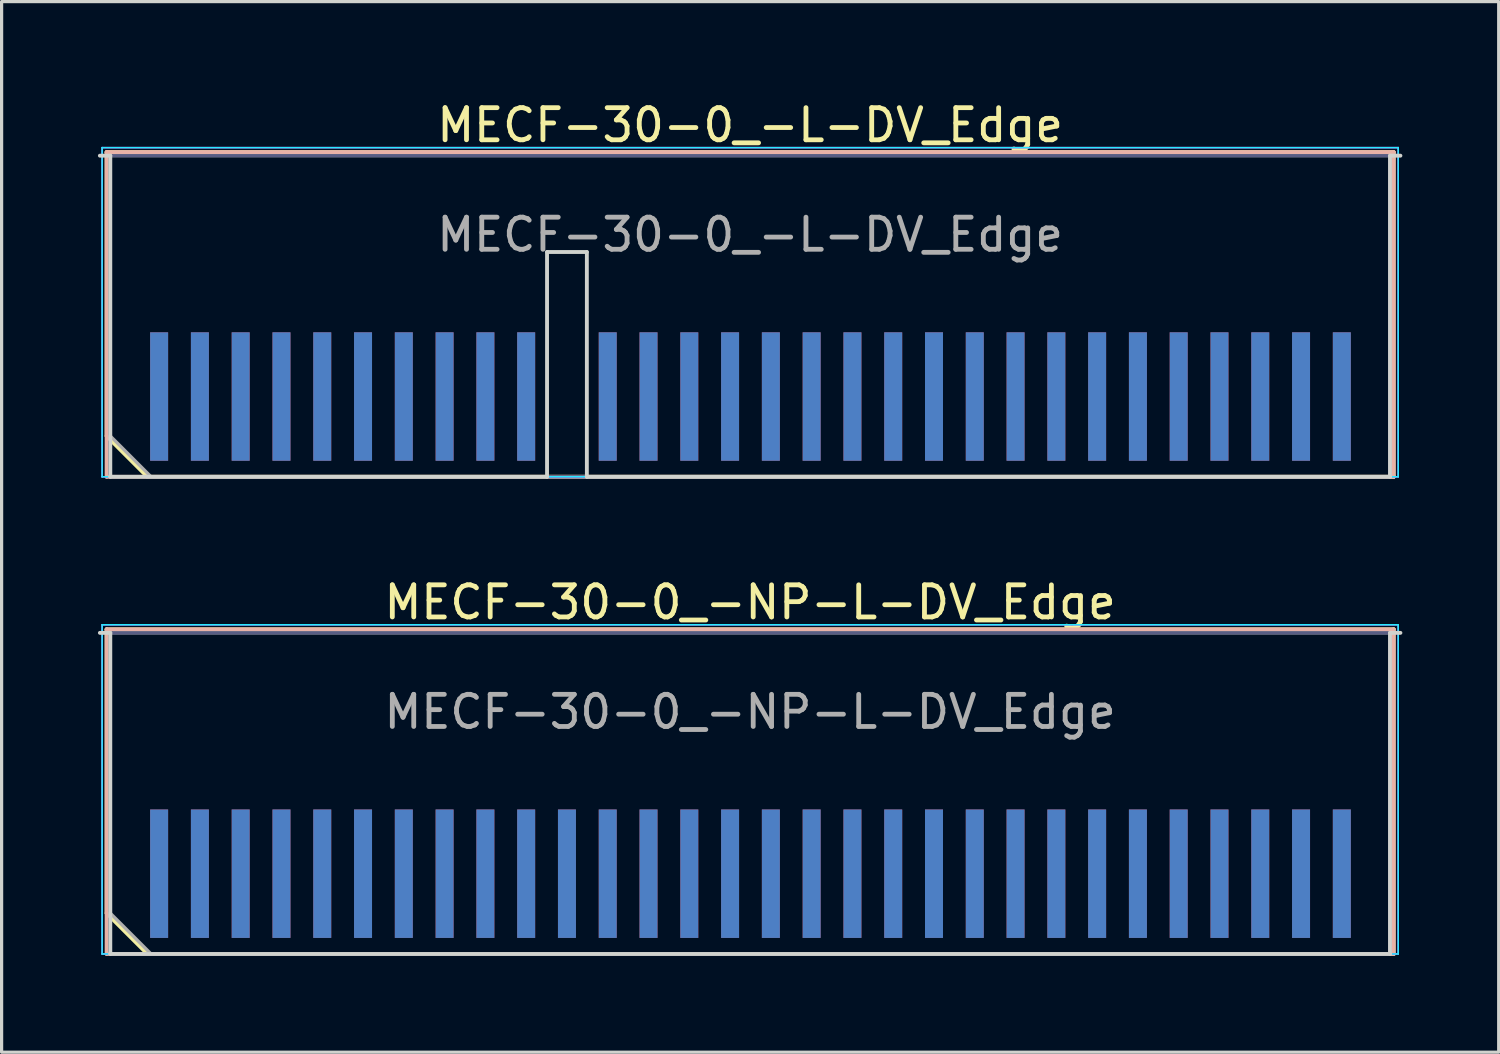
<source format=kicad_pcb>
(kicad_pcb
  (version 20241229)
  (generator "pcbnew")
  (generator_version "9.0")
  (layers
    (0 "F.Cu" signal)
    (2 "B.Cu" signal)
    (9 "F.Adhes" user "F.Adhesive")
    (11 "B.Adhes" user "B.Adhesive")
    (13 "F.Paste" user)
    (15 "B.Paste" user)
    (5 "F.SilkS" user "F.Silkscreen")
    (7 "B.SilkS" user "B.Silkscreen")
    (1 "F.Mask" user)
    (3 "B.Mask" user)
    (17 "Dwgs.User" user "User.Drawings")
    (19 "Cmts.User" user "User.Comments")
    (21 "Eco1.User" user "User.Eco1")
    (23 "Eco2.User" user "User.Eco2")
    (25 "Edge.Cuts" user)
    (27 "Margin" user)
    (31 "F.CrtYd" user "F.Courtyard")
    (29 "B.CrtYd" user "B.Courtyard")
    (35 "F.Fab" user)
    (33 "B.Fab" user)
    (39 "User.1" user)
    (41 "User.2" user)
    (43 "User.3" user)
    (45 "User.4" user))
  (footprint "MECF-30-0_-L-DV_Edge"
    (layer "F.Cu")
    (at 20.31 6.798)
    (property "Reference" "MECF-30-0_-L-DV_Edge" (at 0 -5.95 0) (layer "F.SilkS") (effects (font (size 1 1) (thickness 0.15))))
    (attr exclude_from_pos_files exclude_from_bom)
    (fp_line (start -20.04 -5.11) (end 20.04 -5.11) (stroke (width 0.12) (type solid)) (layer "F.SilkS"))
    (fp_line (start -20.04 3.73) (end -20.04 -5.11) (stroke (width 0.12) (type solid)) (layer "F.SilkS"))
    (fp_line (start -18.77 5) (end -20.04 3.73) (stroke (width 0.12) (type solid)) (layer "F.SilkS"))
    (fp_line (start -18.77 5) (end 20.04 5) (stroke (width 0.12) (type solid)) (layer "F.SilkS"))
    (fp_line (start 20.04 5) (end 20.04 -5.11) (stroke (width 0.12) (type solid)) (layer "F.SilkS"))
    (fp_line (start -20.04 -5.11) (end 20.04 -5.11) (stroke (width 0.12) (type solid)) (layer "B.SilkS"))
    (fp_line (start -20.04 5) (end -20.04 -5.11) (stroke (width 0.12) (type solid)) (layer "B.SilkS"))
    (fp_line (start -20.04 5) (end 20.04 5) (stroke (width 0.12) (type solid)) (layer "B.SilkS"))
    (fp_line (start 20.04 5) (end 20.04 -5.11) (stroke (width 0.12) (type solid)) (layer "B.SilkS"))
    (fp_line (start -20.25 -5) (end -19.925 -5) (stroke (width 0.12) (type solid)) (layer "Edge.Cuts"))
    (fp_line (start -19.925 5) (end -19.925 -5) (stroke (width 0.12) (type solid)) (layer "Edge.Cuts"))
    (fp_line (start -19.925 5) (end -6.325 5) (stroke (width 0.12) (type solid)) (layer "Edge.Cuts"))
    (fp_line (start -6.325 -2) (end -5.085 -2) (stroke (width 0.12) (type solid)) (layer "Edge.Cuts"))
    (fp_line (start -6.325 5) (end -6.325 -2) (stroke (width 0.12) (type solid)) (layer "Edge.Cuts"))
    (fp_line (start -5.085 5) (end -5.085 -2) (stroke (width 0.12) (type solid)) (layer "Edge.Cuts"))
    (fp_line (start -5.085 5) (end 19.925 5) (stroke (width 0.12) (type solid)) (layer "Edge.Cuts"))
    (fp_line (start 19.925 5) (end 19.925 -5) (stroke (width 0.12) (type solid)) (layer "Edge.Cuts"))
    (fp_line (start 20.25 -5) (end 19.925 -5) (stroke (width 0.12) (type solid)) (layer "Edge.Cuts"))
    (fp_line (start -20.18 -5.25) (end -20.18 5) (stroke (width 0.05) (type solid)) (layer "B.CrtYd"))
    (fp_line (start -20.18 5) (end 20.18 5) (stroke (width 0.05) (type solid)) (layer "B.CrtYd"))
    (fp_line (start 20.18 -5.25) (end -20.18 -5.25) (stroke (width 0.05) (type solid)) (layer "B.CrtYd"))
    (fp_line (start 20.18 5) (end 20.18 -5.25) (stroke (width 0.05) (type solid)) (layer "B.CrtYd"))
    (fp_line (start -20.18 -5.25) (end -20.18 5) (stroke (width 0.05) (type solid)) (layer "F.CrtYd"))
    (fp_line (start -20.18 5) (end 20.18 5) (stroke (width 0.05) (type solid)) (layer "F.CrtYd"))
    (fp_line (start 20.18 -5.25) (end -20.18 -5.25) (stroke (width 0.05) (type solid)) (layer "F.CrtYd"))
    (fp_line (start 20.18 5) (end 20.18 -5.25) (stroke (width 0.05) (type solid)) (layer "F.CrtYd"))
    (fp_line (start -19.925 -5) (end 19.925 -5) (stroke (width 0.1) (type solid)) (layer "B.Fab"))
    (fp_line (start -19.925 5) (end -19.925 -5) (stroke (width 0.1) (type solid)) (layer "B.Fab"))
    (fp_line (start -19.925 5) (end 19.925 5) (stroke (width 0.1) (type solid)) (layer "B.Fab"))
    (fp_line (start 19.925 5) (end 19.925 -5) (stroke (width 0.1) (type solid)) (layer "B.Fab"))
    (fp_line (start -19.925 -5) (end 19.925 -5) (stroke (width 0.1) (type solid)) (layer "F.Fab"))
    (fp_line (start -19.925 3.73) (end -19.925 -5) (stroke (width 0.1) (type solid)) (layer "F.Fab"))
    (fp_line (start -19.925 3.73) (end -18.655 5) (stroke (width 0.1) (type solid)) (layer "F.Fab"))
    (fp_line (start -18.655 5) (end 19.925 5) (stroke (width 0.1) (type solid)) (layer "F.Fab"))
    (fp_line (start 19.925 5) (end 19.925 -5) (stroke (width 0.1) (type solid)) (layer "F.Fab"))
    (fp_text user "${REFERENCE}" (at 0 -2.54 0) (layer "F.Fab") (effects (font (size 1 1) (thickness 0.15))))
    (pad "1" smd rect (at -18.405 2.5) (size 0.56 4) (layers "F.Cu" "F.Mask" "F.Paste"))
    (pad "2" smd rect (at -18.405 2.5) (size 0.56 4) (layers "B.Cu" "B.Mask" "B.Paste"))
    (pad "3" smd rect (at -17.135 2.5) (size 0.56 4) (layers "F.Cu" "F.Mask" "F.Paste"))
    (pad "4" smd rect (at -17.135 2.5) (size 0.56 4) (layers "B.Cu" "B.Mask" "B.Paste"))
    (pad "5" smd rect (at -15.865 2.5) (size 0.56 4) (layers "F.Cu" "F.Mask" "F.Paste"))
    (pad "6" smd rect (at -15.865 2.5) (size 0.56 4) (layers "B.Cu" "B.Mask" "B.Paste"))
    (pad "7" smd rect (at -14.595 2.5) (size 0.56 4) (layers "F.Cu" "F.Mask" "F.Paste"))
    (pad "8" smd rect (at -14.595 2.5) (size 0.56 4) (layers "B.Cu" "B.Mask" "B.Paste"))
    (pad "9" smd rect (at -13.325 2.5) (size 0.56 4) (layers "F.Cu" "F.Mask" "F.Paste"))
    (pad "10" smd rect (at -13.325 2.5) (size 0.56 4) (layers "B.Cu" "B.Mask" "B.Paste"))
    (pad "11" smd rect (at -12.055 2.5) (size 0.56 4) (layers "F.Cu" "F.Mask" "F.Paste"))
    (pad "12" smd rect (at -12.055 2.5) (size 0.56 4) (layers "B.Cu" "B.Mask" "B.Paste"))
    (pad "13" smd rect (at -10.785 2.5) (size 0.56 4) (layers "F.Cu" "F.Mask" "F.Paste"))
    (pad "14" smd rect (at -10.785 2.5) (size 0.56 4) (layers "B.Cu" "B.Mask" "B.Paste"))
    (pad "15" smd rect (at -9.515 2.5) (size 0.56 4) (layers "F.Cu" "F.Mask" "F.Paste"))
    (pad "16" smd rect (at -9.515 2.5) (size 0.56 4) (layers "B.Cu" "B.Mask" "B.Paste"))
    (pad "17" smd rect (at -8.245 2.5) (size 0.56 4) (layers "F.Cu" "F.Mask" "F.Paste"))
    (pad "18" smd rect (at -8.245 2.5) (size 0.56 4) (layers "B.Cu" "B.Mask" "B.Paste"))
    (pad "19" smd rect (at -6.975 2.5) (size 0.56 4) (layers "F.Cu" "F.Mask" "F.Paste"))
    (pad "20" smd rect (at -6.975 2.5) (size 0.56 4) (layers "B.Cu" "B.Mask" "B.Paste"))
    (pad "23" smd rect (at -4.435 2.5) (size 0.56 4) (layers "F.Cu" "F.Mask" "F.Paste"))
    (pad "24" smd rect (at -4.435 2.5) (size 0.56 4) (layers "B.Cu" "B.Mask" "B.Paste"))
    (pad "25" smd rect (at -3.165 2.5) (size 0.56 4) (layers "F.Cu" "F.Mask" "F.Paste"))
    (pad "26" smd rect (at -3.165 2.5) (size 0.56 4) (layers "B.Cu" "B.Mask" "B.Paste"))
    (pad "27" smd rect (at -1.895 2.5) (size 0.56 4) (layers "F.Cu" "F.Mask" "F.Paste"))
    (pad "28" smd rect (at -1.895 2.5) (size 0.56 4) (layers "B.Cu" "B.Mask" "B.Paste"))
    (pad "29" smd rect (at -0.625 2.5) (size 0.56 4) (layers "F.Cu" "F.Mask" "F.Paste"))
    (pad "30" smd rect (at -0.625 2.5) (size 0.56 4) (layers "B.Cu" "B.Mask" "B.Paste"))
    (pad "31" smd rect (at 0.645 2.5) (size 0.56 4) (layers "F.Cu" "F.Mask" "F.Paste"))
    (pad "32" smd rect (at 0.645 2.5) (size 0.56 4) (layers "B.Cu" "B.Mask" "B.Paste"))
    (pad "33" smd rect (at 1.915 2.5) (size 0.56 4) (layers "F.Cu" "F.Mask" "F.Paste"))
    (pad "34" smd rect (at 1.915 2.5) (size 0.56 4) (layers "B.Cu" "B.Mask" "B.Paste"))
    (pad "35" smd rect (at 3.185 2.5) (size 0.56 4) (layers "F.Cu" "F.Mask" "F.Paste"))
    (pad "36" smd rect (at 3.185 2.5) (size 0.56 4) (layers "B.Cu" "B.Mask" "B.Paste"))
    (pad "37" smd rect (at 4.455 2.5) (size 0.56 4) (layers "F.Cu" "F.Mask" "F.Paste"))
    (pad "38" smd rect (at 4.455 2.5) (size 0.56 4) (layers "B.Cu" "B.Mask" "B.Paste"))
    (pad "39" smd rect (at 5.725 2.5) (size 0.56 4) (layers "F.Cu" "F.Mask" "F.Paste"))
    (pad "40" smd rect (at 5.725 2.5) (size 0.56 4) (layers "B.Cu" "B.Mask" "B.Paste"))
    (pad "41" smd rect (at 6.995 2.5) (size 0.56 4) (layers "F.Cu" "F.Mask" "F.Paste"))
    (pad "42" smd rect (at 6.995 2.5) (size 0.56 4) (layers "B.Cu" "B.Mask" "B.Paste"))
    (pad "43" smd rect (at 8.265 2.5) (size 0.56 4) (layers "F.Cu" "F.Mask" "F.Paste"))
    (pad "44" smd rect (at 8.265 2.5) (size 0.56 4) (layers "B.Cu" "B.Mask" "B.Paste"))
    (pad "45" smd rect (at 9.535 2.5) (size 0.56 4) (layers "F.Cu" "F.Mask" "F.Paste"))
    (pad "46" smd rect (at 9.535 2.5) (size 0.56 4) (layers "B.Cu" "B.Mask" "B.Paste"))
    (pad "47" smd rect (at 10.805 2.5) (size 0.56 4) (layers "F.Cu" "F.Mask" "F.Paste"))
    (pad "48" smd rect (at 10.805 2.5) (size 0.56 4) (layers "B.Cu" "B.Mask" "B.Paste"))
    (pad "49" smd rect (at 12.075 2.5) (size 0.56 4) (layers "F.Cu" "F.Mask" "F.Paste"))
    (pad "50" smd rect (at 12.075 2.5) (size 0.56 4) (layers "B.Cu" "B.Mask" "B.Paste"))
    (pad "51" smd rect (at 13.345 2.5) (size 0.56 4) (layers "F.Cu" "F.Mask" "F.Paste"))
    (pad "52" smd rect (at 13.345 2.5) (size 0.56 4) (layers "B.Cu" "B.Mask" "B.Paste"))
    (pad "53" smd rect (at 14.615 2.5) (size 0.56 4) (layers "F.Cu" "F.Mask" "F.Paste"))
    (pad "54" smd rect (at 14.615 2.5) (size 0.56 4) (layers "B.Cu" "B.Mask" "B.Paste"))
    (pad "55" smd rect (at 15.885 2.5) (size 0.56 4) (layers "F.Cu" "F.Mask" "F.Paste"))
    (pad "56" smd rect (at 15.885 2.5) (size 0.56 4) (layers "B.Cu" "B.Mask" "B.Paste"))
    (pad "57" smd rect (at 17.155 2.5) (size 0.56 4) (layers "F.Cu" "F.Mask" "F.Paste"))
    (pad "58" smd rect (at 17.155 2.5) (size 0.56 4) (layers "B.Cu" "B.Mask" "B.Paste"))
    (pad "59" smd rect (at 18.425 2.5) (size 0.56 4) (layers "F.Cu" "F.Mask" "F.Paste"))
    (pad "60" smd rect (at 18.425 2.5) (size 0.56 4) (layers "B.Cu" "B.Mask" "B.Paste")))
  (footprint "MECF-30-0_-NP-L-DV_Edge"
    (layer "F.Cu")
    (at 20.31 21.657)
    (property "Reference" "MECF-30-0_-NP-L-DV_Edge" (at 0 -5.95 0) (layer "F.SilkS") (effects (font (size 1 1) (thickness 0.15))))
    (attr exclude_from_pos_files exclude_from_bom)
    (fp_line (start -20.04 -5.11) (end 20.04 -5.11) (stroke (width 0.12) (type solid)) (layer "F.SilkS"))
    (fp_line (start -20.04 3.73) (end -20.04 -5.11) (stroke (width 0.12) (type solid)) (layer "F.SilkS"))
    (fp_line (start -18.77 5) (end -20.04 3.73) (stroke (width 0.12) (type solid)) (layer "F.SilkS"))
    (fp_line (start -18.77 5) (end 20.04 5) (stroke (width 0.12) (type solid)) (layer "F.SilkS"))
    (fp_line (start 20.04 5) (end 20.04 -5.11) (stroke (width 0.12) (type solid)) (layer "F.SilkS"))
    (fp_line (start -20.04 -5.11) (end 20.04 -5.11) (stroke (width 0.12) (type solid)) (layer "B.SilkS"))
    (fp_line (start -20.04 5) (end -20.04 -5.11) (stroke (width 0.12) (type solid)) (layer "B.SilkS"))
    (fp_line (start -20.04 5) (end 20.04 5) (stroke (width 0.12) (type solid)) (layer "B.SilkS"))
    (fp_line (start 20.04 5) (end 20.04 -5.11) (stroke (width 0.12) (type solid)) (layer "B.SilkS"))
    (fp_line (start -20.25 -5) (end -19.925 -5) (stroke (width 0.12) (type solid)) (layer "Edge.Cuts"))
    (fp_line (start -19.925 5) (end -19.925 -5) (stroke (width 0.12) (type solid)) (layer "Edge.Cuts"))
    (fp_line (start -19.925 5) (end 19.925 5) (stroke (width 0.12) (type solid)) (layer "Edge.Cuts"))
    (fp_line (start 19.925 5) (end 19.925 -5) (stroke (width 0.12) (type solid)) (layer "Edge.Cuts"))
    (fp_line (start 20.25 -5) (end 19.925 -5) (stroke (width 0.12) (type solid)) (layer "Edge.Cuts"))
    (fp_line (start -20.18 -5.25) (end -20.18 5) (stroke (width 0.05) (type solid)) (layer "B.CrtYd"))
    (fp_line (start -20.18 5) (end 20.18 5) (stroke (width 0.05) (type solid)) (layer "B.CrtYd"))
    (fp_line (start 20.18 -5.25) (end -20.18 -5.25) (stroke (width 0.05) (type solid)) (layer "B.CrtYd"))
    (fp_line (start 20.18 5) (end 20.18 -5.25) (stroke (width 0.05) (type solid)) (layer "B.CrtYd"))
    (fp_line (start -20.18 -5.25) (end -20.18 5) (stroke (width 0.05) (type solid)) (layer "F.CrtYd"))
    (fp_line (start -20.18 5) (end 20.18 5) (stroke (width 0.05) (type solid)) (layer "F.CrtYd"))
    (fp_line (start 20.18 -5.25) (end -20.18 -5.25) (stroke (width 0.05) (type solid)) (layer "F.CrtYd"))
    (fp_line (start 20.18 5) (end 20.18 -5.25) (stroke (width 0.05) (type solid)) (layer "F.CrtYd"))
    (fp_line (start -19.925 -5) (end 19.925 -5) (stroke (width 0.1) (type solid)) (layer "B.Fab"))
    (fp_line (start -19.925 5) (end -19.925 -5) (stroke (width 0.1) (type solid)) (layer "B.Fab"))
    (fp_line (start -19.925 5) (end 19.925 5) (stroke (width 0.1) (type solid)) (layer "B.Fab"))
    (fp_line (start 19.925 5) (end 19.925 -5) (stroke (width 0.1) (type solid)) (layer "B.Fab"))
    (fp_line (start -19.925 -5) (end 19.925 -5) (stroke (width 0.1) (type solid)) (layer "F.Fab"))
    (fp_line (start -19.925 3.73) (end -19.925 -5) (stroke (width 0.1) (type solid)) (layer "F.Fab"))
    (fp_line (start -19.925 3.73) (end -18.655 5) (stroke (width 0.1) (type solid)) (layer "F.Fab"))
    (fp_line (start -18.655 5) (end 19.925 5) (stroke (width 0.1) (type solid)) (layer "F.Fab"))
    (fp_line (start 19.925 5) (end 19.925 -5) (stroke (width 0.1) (type solid)) (layer "F.Fab"))
    (fp_text user "${REFERENCE}" (at 0 -2.54 0) (layer "F.Fab") (effects (font (size 1 1) (thickness 0.15))))
    (pad "1" smd rect (at -18.405 2.5) (size 0.56 4) (layers "F.Cu" "F.Mask" "F.Paste"))
    (pad "2" smd rect (at -18.405 2.5) (size 0.56 4) (layers "B.Cu" "B.Mask" "B.Paste"))
    (pad "3" smd rect (at -17.135 2.5) (size 0.56 4) (layers "F.Cu" "F.Mask" "F.Paste"))
    (pad "4" smd rect (at -17.135 2.5) (size 0.56 4) (layers "B.Cu" "B.Mask" "B.Paste"))
    (pad "5" smd rect (at -15.865 2.5) (size 0.56 4) (layers "F.Cu" "F.Mask" "F.Paste"))
    (pad "6" smd rect (at -15.865 2.5) (size 0.56 4) (layers "B.Cu" "B.Mask" "B.Paste"))
    (pad "7" smd rect (at -14.595 2.5) (size 0.56 4) (layers "F.Cu" "F.Mask" "F.Paste"))
    (pad "8" smd rect (at -14.595 2.5) (size 0.56 4) (layers "B.Cu" "B.Mask" "B.Paste"))
    (pad "9" smd rect (at -13.325 2.5) (size 0.56 4) (layers "F.Cu" "F.Mask" "F.Paste"))
    (pad "10" smd rect (at -13.325 2.5) (size 0.56 4) (layers "B.Cu" "B.Mask" "B.Paste"))
    (pad "11" smd rect (at -12.055 2.5) (size 0.56 4) (layers "F.Cu" "F.Mask" "F.Paste"))
    (pad "12" smd rect (at -12.055 2.5) (size 0.56 4) (layers "B.Cu" "B.Mask" "B.Paste"))
    (pad "13" smd rect (at -10.785 2.5) (size 0.56 4) (layers "F.Cu" "F.Mask" "F.Paste"))
    (pad "14" smd rect (at -10.785 2.5) (size 0.56 4) (layers "B.Cu" "B.Mask" "B.Paste"))
    (pad "15" smd rect (at -9.515 2.5) (size 0.56 4) (layers "F.Cu" "F.Mask" "F.Paste"))
    (pad "16" smd rect (at -9.515 2.5) (size 0.56 4) (layers "B.Cu" "B.Mask" "B.Paste"))
    (pad "17" smd rect (at -8.245 2.5) (size 0.56 4) (layers "F.Cu" "F.Mask" "F.Paste"))
    (pad "18" smd rect (at -8.245 2.5) (size 0.56 4) (layers "B.Cu" "B.Mask" "B.Paste"))
    (pad "19" smd rect (at -6.975 2.5) (size 0.56 4) (layers "F.Cu" "F.Mask" "F.Paste"))
    (pad "20" smd rect (at -6.975 2.5) (size 0.56 4) (layers "B.Cu" "B.Mask" "B.Paste"))
    (pad "21" smd rect (at -5.705 2.5) (size 0.56 4) (layers "F.Cu" "F.Mask" "F.Paste"))
    (pad "22" smd rect (at -5.705 2.5) (size 0.56 4) (layers "B.Cu" "B.Mask" "B.Paste"))
    (pad "23" smd rect (at -4.435 2.5) (size 0.56 4) (layers "F.Cu" "F.Mask" "F.Paste"))
    (pad "24" smd rect (at -4.435 2.5) (size 0.56 4) (layers "B.Cu" "B.Mask" "B.Paste"))
    (pad "25" smd rect (at -3.165 2.5) (size 0.56 4) (layers "F.Cu" "F.Mask" "F.Paste"))
    (pad "26" smd rect (at -3.165 2.5) (size 0.56 4) (layers "B.Cu" "B.Mask" "B.Paste"))
    (pad "27" smd rect (at -1.895 2.5) (size 0.56 4) (layers "F.Cu" "F.Mask" "F.Paste"))
    (pad "28" smd rect (at -1.895 2.5) (size 0.56 4) (layers "B.Cu" "B.Mask" "B.Paste"))
    (pad "29" smd rect (at -0.625 2.5) (size 0.56 4) (layers "F.Cu" "F.Mask" "F.Paste"))
    (pad "30" smd rect (at -0.625 2.5) (size 0.56 4) (layers "B.Cu" "B.Mask" "B.Paste"))
    (pad "31" smd rect (at 0.645 2.5) (size 0.56 4) (layers "F.Cu" "F.Mask" "F.Paste"))
    (pad "32" smd rect (at 0.645 2.5) (size 0.56 4) (layers "B.Cu" "B.Mask" "B.Paste"))
    (pad "33" smd rect (at 1.915 2.5) (size 0.56 4) (layers "F.Cu" "F.Mask" "F.Paste"))
    (pad "34" smd rect (at 1.915 2.5) (size 0.56 4) (layers "B.Cu" "B.Mask" "B.Paste"))
    (pad "35" smd rect (at 3.185 2.5) (size 0.56 4) (layers "F.Cu" "F.Mask" "F.Paste"))
    (pad "36" smd rect (at 3.185 2.5) (size 0.56 4) (layers "B.Cu" "B.Mask" "B.Paste"))
    (pad "37" smd rect (at 4.455 2.5) (size 0.56 4) (layers "F.Cu" "F.Mask" "F.Paste"))
    (pad "38" smd rect (at 4.455 2.5) (size 0.56 4) (layers "B.Cu" "B.Mask" "B.Paste"))
    (pad "39" smd rect (at 5.725 2.5) (size 0.56 4) (layers "F.Cu" "F.Mask" "F.Paste"))
    (pad "40" smd rect (at 5.725 2.5) (size 0.56 4) (layers "B.Cu" "B.Mask" "B.Paste"))
    (pad "41" smd rect (at 6.995 2.5) (size 0.56 4) (layers "F.Cu" "F.Mask" "F.Paste"))
    (pad "42" smd rect (at 6.995 2.5) (size 0.56 4) (layers "B.Cu" "B.Mask" "B.Paste"))
    (pad "43" smd rect (at 8.265 2.5) (size 0.56 4) (layers "F.Cu" "F.Mask" "F.Paste"))
    (pad "44" smd rect (at 8.265 2.5) (size 0.56 4) (layers "B.Cu" "B.Mask" "B.Paste"))
    (pad "45" smd rect (at 9.535 2.5) (size 0.56 4) (layers "F.Cu" "F.Mask" "F.Paste"))
    (pad "46" smd rect (at 9.535 2.5) (size 0.56 4) (layers "B.Cu" "B.Mask" "B.Paste"))
    (pad "47" smd rect (at 10.805 2.5) (size 0.56 4) (layers "F.Cu" "F.Mask" "F.Paste"))
    (pad "48" smd rect (at 10.805 2.5) (size 0.56 4) (layers "B.Cu" "B.Mask" "B.Paste"))
    (pad "49" smd rect (at 12.075 2.5) (size 0.56 4) (layers "F.Cu" "F.Mask" "F.Paste"))
    (pad "50" smd rect (at 12.075 2.5) (size 0.56 4) (layers "B.Cu" "B.Mask" "B.Paste"))
    (pad "51" smd rect (at 13.345 2.5) (size 0.56 4) (layers "F.Cu" "F.Mask" "F.Paste"))
    (pad "52" smd rect (at 13.345 2.5) (size 0.56 4) (layers "B.Cu" "B.Mask" "B.Paste"))
    (pad "53" smd rect (at 14.615 2.5) (size 0.56 4) (layers "F.Cu" "F.Mask" "F.Paste"))
    (pad "54" smd rect (at 14.615 2.5) (size 0.56 4) (layers "B.Cu" "B.Mask" "B.Paste"))
    (pad "55" smd rect (at 15.885 2.5) (size 0.56 4) (layers "F.Cu" "F.Mask" "F.Paste"))
    (pad "56" smd rect (at 15.885 2.5) (size 0.56 4) (layers "B.Cu" "B.Mask" "B.Paste"))
    (pad "57" smd rect (at 17.155 2.5) (size 0.56 4) (layers "F.Cu" "F.Mask" "F.Paste"))
    (pad "58" smd rect (at 17.155 2.5) (size 0.56 4) (layers "B.Cu" "B.Mask" "B.Paste"))
    (pad "59" smd rect (at 18.425 2.5) (size 0.56 4) (layers "F.Cu" "F.Mask" "F.Paste"))
    (pad "60" smd rect (at 18.425 2.5) (size 0.56 4) (layers "B.Cu" "B.Mask" "B.Paste")))
  (gr_rect
    (start -3 -3)
    (end 43.62 29.716)
    (stroke (width 0.1) (type default))
    (fill no)
    (layer "Edge.Cuts")))
</source>
